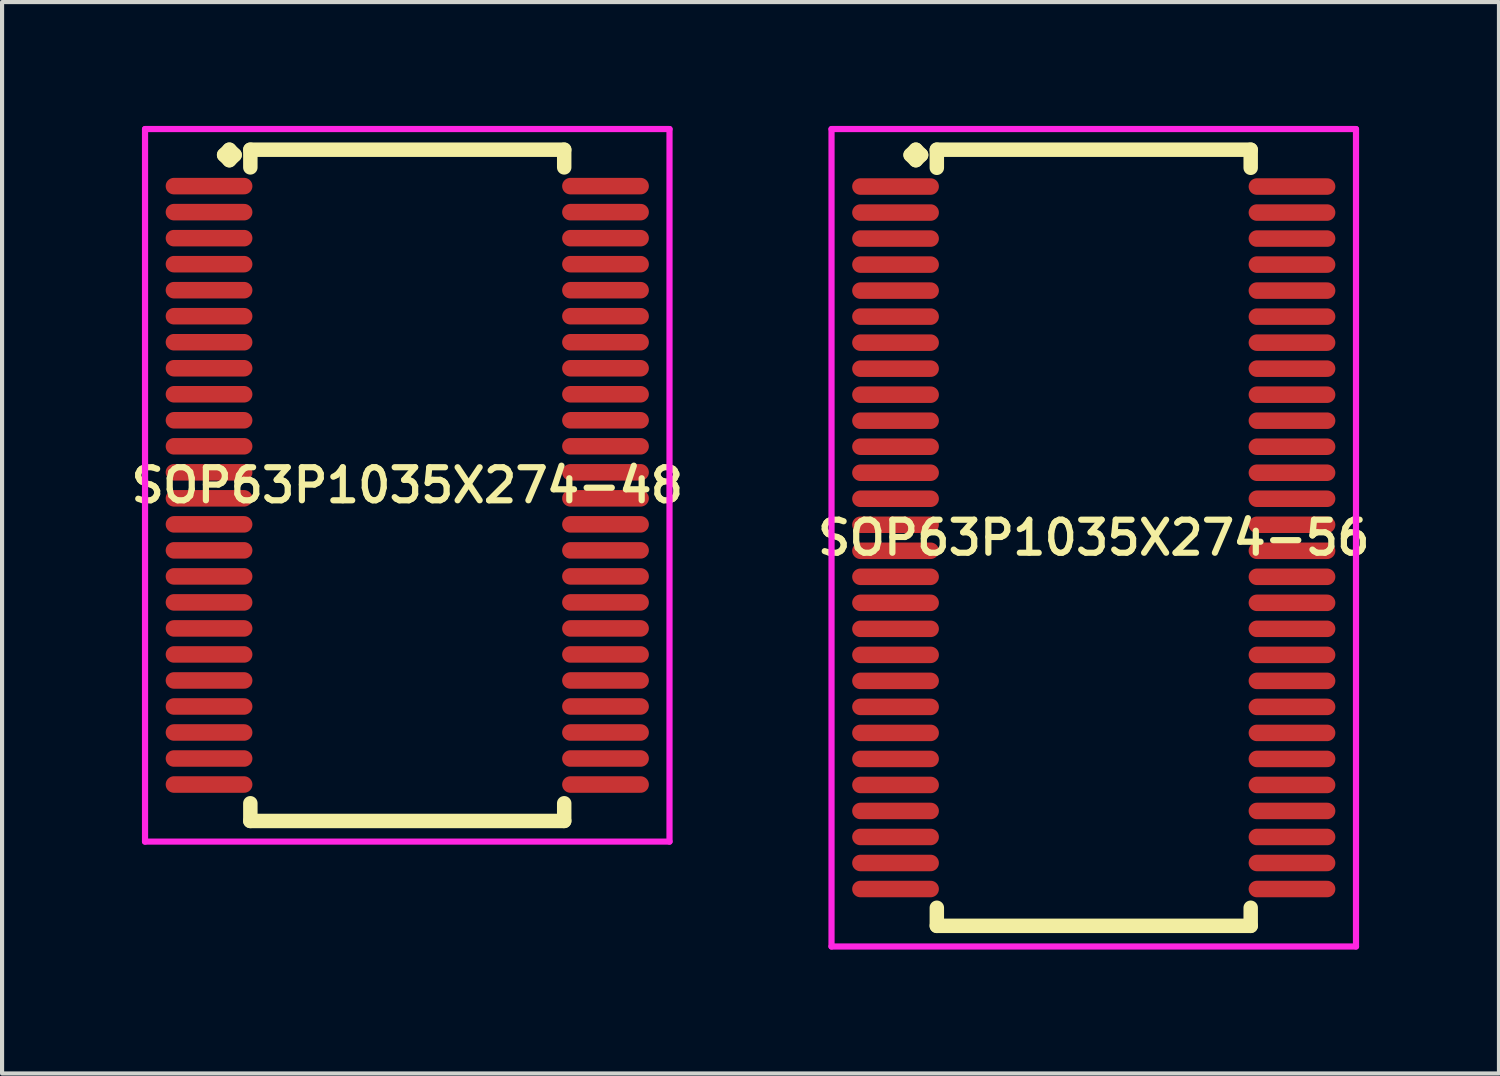
<source format=kicad_pcb>
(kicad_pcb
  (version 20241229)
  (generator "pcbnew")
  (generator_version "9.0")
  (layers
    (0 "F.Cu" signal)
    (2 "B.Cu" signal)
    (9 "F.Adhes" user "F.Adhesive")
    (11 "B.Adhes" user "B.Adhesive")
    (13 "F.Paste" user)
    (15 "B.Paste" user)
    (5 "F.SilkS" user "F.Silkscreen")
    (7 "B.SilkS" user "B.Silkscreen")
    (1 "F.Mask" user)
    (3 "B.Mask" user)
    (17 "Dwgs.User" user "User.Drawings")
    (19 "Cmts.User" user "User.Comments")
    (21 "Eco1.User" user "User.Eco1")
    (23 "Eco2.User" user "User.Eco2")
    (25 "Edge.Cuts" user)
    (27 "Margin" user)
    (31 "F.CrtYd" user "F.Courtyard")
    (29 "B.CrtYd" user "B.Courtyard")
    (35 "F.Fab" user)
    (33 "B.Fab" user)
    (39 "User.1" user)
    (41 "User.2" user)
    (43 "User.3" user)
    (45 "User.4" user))
  (footprint "SOP63P1035X274-48"
    (layer "F.Cu")
    (at 6.812 8.702)
    (property "Reference" "SOP63P1035X274-48" (at 0 0 0) (layer "F.SilkS") (effects (font (size 0.8 0.8) (thickness 0.15))))
    (attr through_hole)
    (fp_line (start -4.435 -8) (end -4.308 -8.127) (stroke (width 0.35) (type solid)) (layer "F.SilkS"))
    (fp_line (start -4.308 -8.127) (end -4.181 -8) (stroke (width 0.35) (type solid)) (layer "F.SilkS"))
    (fp_line (start -4.308 -7.873) (end -4.435 -8) (stroke (width 0.35) (type solid)) (layer "F.SilkS"))
    (fp_line (start -4.181 -8) (end -4.308 -7.873) (stroke (width 0.35) (type solid)) (layer "F.SilkS"))
    (fp_line (start -3.8 -8.127) (end 3.8 -8.127) (stroke (width 0.35) (type solid)) (layer "F.SilkS"))
    (fp_line (start -3.8 -7.699) (end -3.8 -8.127) (stroke (width 0.35) (type solid)) (layer "F.SilkS"))
    (fp_line (start -3.8 7.699) (end -3.8 8.127) (stroke (width 0.35) (type solid)) (layer "F.SilkS"))
    (fp_line (start -3.8 8.127) (end 3.8 8.127) (stroke (width 0.35) (type solid)) (layer "F.SilkS"))
    (fp_line (start 3.8 -8.127) (end 3.8 -7.699) (stroke (width 0.35) (type solid)) (layer "F.SilkS"))
    (fp_line (start 3.8 8.127) (end 3.8 7.699) (stroke (width 0.35) (type solid)) (layer "F.SilkS"))
    (fp_line (start -6.35 -8.627) (end 6.35 -8.627) (stroke (width 0.15) (type solid)) (layer "F.CrtYd"))
    (fp_line (start -6.35 8.627) (end -6.35 -8.627) (stroke (width 0.15) (type solid)) (layer "F.CrtYd"))
    (fp_line (start 6.35 -8.627) (end 6.35 8.627) (stroke (width 0.15) (type solid)) (layer "F.CrtYd"))
    (fp_line (start 6.35 8.627) (end -6.35 8.627) (stroke (width 0.15) (type solid)) (layer "F.CrtYd"))
    (pad "1" smd oval (at -4.8 -7.245) (size 2.1 0.4) (layers "F.Cu" "F.Mask" "F.Paste"))
    (pad "2" smd oval (at -4.8 -6.615) (size 2.1 0.4) (layers "F.Cu" "F.Mask" "F.Paste"))
    (pad "3" smd oval (at -4.8 -5.985) (size 2.1 0.4) (layers "F.Cu" "F.Mask" "F.Paste"))
    (pad "4" smd oval (at -4.8 -5.355) (size 2.1 0.4) (layers "F.Cu" "F.Mask" "F.Paste"))
    (pad "5" smd oval (at -4.8 -4.725) (size 2.1 0.4) (layers "F.Cu" "F.Mask" "F.Paste"))
    (pad "6" smd oval (at -4.8 -4.095) (size 2.1 0.4) (layers "F.Cu" "F.Mask" "F.Paste"))
    (pad "7" smd oval (at -4.8 -3.465) (size 2.1 0.4) (layers "F.Cu" "F.Mask" "F.Paste"))
    (pad "8" smd oval (at -4.8 -2.835) (size 2.1 0.4) (layers "F.Cu" "F.Mask" "F.Paste"))
    (pad "9" smd oval (at -4.8 -2.205) (size 2.1 0.4) (layers "F.Cu" "F.Mask" "F.Paste"))
    (pad "10" smd oval (at -4.8 -1.575) (size 2.1 0.4) (layers "F.Cu" "F.Mask" "F.Paste"))
    (pad "11" smd oval (at -4.8 -0.945) (size 2.1 0.4) (layers "F.Cu" "F.Mask" "F.Paste"))
    (pad "12" smd oval (at -4.8 -0.315) (size 2.1 0.4) (layers "F.Cu" "F.Mask" "F.Paste"))
    (pad "13" smd oval (at -4.8 0.315) (size 2.1 0.4) (layers "F.Cu" "F.Mask" "F.Paste"))
    (pad "14" smd oval (at -4.8 0.945) (size 2.1 0.4) (layers "F.Cu" "F.Mask" "F.Paste"))
    (pad "15" smd oval (at -4.8 1.575) (size 2.1 0.4) (layers "F.Cu" "F.Mask" "F.Paste"))
    (pad "16" smd oval (at -4.8 2.205) (size 2.1 0.4) (layers "F.Cu" "F.Mask" "F.Paste"))
    (pad "17" smd oval (at -4.8 2.835) (size 2.1 0.4) (layers "F.Cu" "F.Mask" "F.Paste"))
    (pad "18" smd oval (at -4.8 3.465) (size 2.1 0.4) (layers "F.Cu" "F.Mask" "F.Paste"))
    (pad "19" smd oval (at -4.8 4.095) (size 2.1 0.4) (layers "F.Cu" "F.Mask" "F.Paste"))
    (pad "20" smd oval (at -4.8 4.725) (size 2.1 0.4) (layers "F.Cu" "F.Mask" "F.Paste"))
    (pad "21" smd oval (at -4.8 5.355) (size 2.1 0.4) (layers "F.Cu" "F.Mask" "F.Paste"))
    (pad "22" smd oval (at -4.8 5.985) (size 2.1 0.4) (layers "F.Cu" "F.Mask" "F.Paste"))
    (pad "23" smd oval (at -4.8 6.615) (size 2.1 0.4) (layers "F.Cu" "F.Mask" "F.Paste"))
    (pad "24" smd oval (at -4.8 7.245) (size 2.1 0.4) (layers "F.Cu" "F.Mask" "F.Paste"))
    (pad "25" smd oval (at 4.8 7.245) (size 2.1 0.4) (layers "F.Cu" "F.Mask" "F.Paste"))
    (pad "26" smd oval (at 4.8 6.615) (size 2.1 0.4) (layers "F.Cu" "F.Mask" "F.Paste"))
    (pad "27" smd oval (at 4.8 5.985) (size 2.1 0.4) (layers "F.Cu" "F.Mask" "F.Paste"))
    (pad "28" smd oval (at 4.8 5.355) (size 2.1 0.4) (layers "F.Cu" "F.Mask" "F.Paste"))
    (pad "29" smd oval (at 4.8 4.725) (size 2.1 0.4) (layers "F.Cu" "F.Mask" "F.Paste"))
    (pad "30" smd oval (at 4.8 4.095) (size 2.1 0.4) (layers "F.Cu" "F.Mask" "F.Paste"))
    (pad "31" smd oval (at 4.8 3.465) (size 2.1 0.4) (layers "F.Cu" "F.Mask" "F.Paste"))
    (pad "32" smd oval (at 4.8 2.835) (size 2.1 0.4) (layers "F.Cu" "F.Mask" "F.Paste"))
    (pad "33" smd oval (at 4.8 2.205) (size 2.1 0.4) (layers "F.Cu" "F.Mask" "F.Paste"))
    (pad "34" smd oval (at 4.8 1.575) (size 2.1 0.4) (layers "F.Cu" "F.Mask" "F.Paste"))
    (pad "35" smd oval (at 4.8 0.945) (size 2.1 0.4) (layers "F.Cu" "F.Mask" "F.Paste"))
    (pad "36" smd oval (at 4.8 0.315) (size 2.1 0.4) (layers "F.Cu" "F.Mask" "F.Paste"))
    (pad "37" smd oval (at 4.8 -0.315) (size 2.1 0.4) (layers "F.Cu" "F.Mask" "F.Paste"))
    (pad "38" smd oval (at 4.8 -0.945) (size 2.1 0.4) (layers "F.Cu" "F.Mask" "F.Paste"))
    (pad "39" smd oval (at 4.8 -1.575) (size 2.1 0.4) (layers "F.Cu" "F.Mask" "F.Paste"))
    (pad "40" smd oval (at 4.8 -2.205) (size 2.1 0.4) (layers "F.Cu" "F.Mask" "F.Paste"))
    (pad "41" smd oval (at 4.8 -2.835) (size 2.1 0.4) (layers "F.Cu" "F.Mask" "F.Paste"))
    (pad "42" smd oval (at 4.8 -3.465) (size 2.1 0.4) (layers "F.Cu" "F.Mask" "F.Paste"))
    (pad "43" smd oval (at 4.8 -4.095) (size 2.1 0.4) (layers "F.Cu" "F.Mask" "F.Paste"))
    (pad "44" smd oval (at 4.8 -4.725) (size 2.1 0.4) (layers "F.Cu" "F.Mask" "F.Paste"))
    (pad "45" smd oval (at 4.8 -5.355) (size 2.1 0.4) (layers "F.Cu" "F.Mask" "F.Paste"))
    (pad "46" smd oval (at 4.8 -5.985) (size 2.1 0.4) (layers "F.Cu" "F.Mask" "F.Paste"))
    (pad "47" smd oval (at 4.8 -6.615) (size 2.1 0.4) (layers "F.Cu" "F.Mask" "F.Paste"))
    (pad "48" smd oval (at 4.8 -7.245) (size 2.1 0.4) (layers "F.Cu" "F.Mask" "F.Paste")))
  (footprint "SOP63P1035X274-56"
    (layer "F.Cu")
    (at 23.435 9.972)
    (property "Reference" "SOP63P1035X274-56" (at 0 0 0) (layer "F.SilkS") (effects (font (size 0.8 0.8) (thickness 0.15))))
    (attr smd)
    (fp_line (start -4.435 -9.27) (end -4.308 -9.397) (stroke (width 0.35) (type solid)) (layer "F.SilkS"))
    (fp_line (start -4.308 -9.397) (end -4.181 -9.27) (stroke (width 0.35) (type solid)) (layer "F.SilkS"))
    (fp_line (start -4.308 -9.143) (end -4.435 -9.27) (stroke (width 0.35) (type solid)) (layer "F.SilkS"))
    (fp_line (start -4.181 -9.27) (end -4.308 -9.143) (stroke (width 0.35) (type solid)) (layer "F.SilkS"))
    (fp_line (start -3.8 -9.397) (end 3.8 -9.397) (stroke (width 0.35) (type solid)) (layer "F.SilkS"))
    (fp_line (start -3.8 -8.959) (end -3.8 -9.397) (stroke (width 0.35) (type solid)) (layer "F.SilkS"))
    (fp_line (start -3.8 8.959) (end -3.8 9.397) (stroke (width 0.35) (type solid)) (layer "F.SilkS"))
    (fp_line (start -3.8 9.397) (end 3.8 9.397) (stroke (width 0.35) (type solid)) (layer "F.SilkS"))
    (fp_line (start 3.8 -9.397) (end 3.8 -8.959) (stroke (width 0.35) (type solid)) (layer "F.SilkS"))
    (fp_line (start 3.8 9.397) (end 3.8 8.959) (stroke (width 0.35) (type solid)) (layer "F.SilkS"))
    (fp_line (start -6.35 -9.897) (end 6.35 -9.897) (stroke (width 0.15) (type solid)) (layer "F.CrtYd"))
    (fp_line (start -6.35 9.897) (end -6.35 -9.897) (stroke (width 0.15) (type solid)) (layer "F.CrtYd"))
    (fp_line (start 6.35 -9.897) (end 6.35 9.897) (stroke (width 0.15) (type solid)) (layer "F.CrtYd"))
    (fp_line (start 6.35 9.897) (end -6.35 9.897) (stroke (width 0.15) (type solid)) (layer "F.CrtYd"))
    (pad "1" smd oval (at -4.8 -8.505) (size 2.1 0.4) (layers "F.Cu" "F.Mask" "F.Paste"))
    (pad "2" smd oval (at -4.8 -7.875) (size 2.1 0.4) (layers "F.Cu" "F.Mask" "F.Paste"))
    (pad "3" smd oval (at -4.8 -7.245) (size 2.1 0.4) (layers "F.Cu" "F.Mask" "F.Paste"))
    (pad "4" smd oval (at -4.8 -6.615) (size 2.1 0.4) (layers "F.Cu" "F.Mask" "F.Paste"))
    (pad "5" smd oval (at -4.8 -5.985) (size 2.1 0.4) (layers "F.Cu" "F.Mask" "F.Paste"))
    (pad "6" smd oval (at -4.8 -5.355) (size 2.1 0.4) (layers "F.Cu" "F.Mask" "F.Paste"))
    (pad "7" smd oval (at -4.8 -4.725) (size 2.1 0.4) (layers "F.Cu" "F.Mask" "F.Paste"))
    (pad "8" smd oval (at -4.8 -4.095) (size 2.1 0.4) (layers "F.Cu" "F.Mask" "F.Paste"))
    (pad "9" smd oval (at -4.8 -3.465) (size 2.1 0.4) (layers "F.Cu" "F.Mask" "F.Paste"))
    (pad "10" smd oval (at -4.8 -2.835) (size 2.1 0.4) (layers "F.Cu" "F.Mask" "F.Paste"))
    (pad "11" smd oval (at -4.8 -2.205) (size 2.1 0.4) (layers "F.Cu" "F.Mask" "F.Paste"))
    (pad "12" smd oval (at -4.8 -1.575) (size 2.1 0.4) (layers "F.Cu" "F.Mask" "F.Paste"))
    (pad "13" smd oval (at -4.8 -0.945) (size 2.1 0.4) (layers "F.Cu" "F.Mask" "F.Paste"))
    (pad "14" smd oval (at -4.8 -0.315) (size 2.1 0.4) (layers "F.Cu" "F.Mask" "F.Paste"))
    (pad "15" smd oval (at -4.8 0.315) (size 2.1 0.4) (layers "F.Cu" "F.Mask" "F.Paste"))
    (pad "16" smd oval (at -4.8 0.945) (size 2.1 0.4) (layers "F.Cu" "F.Mask" "F.Paste"))
    (pad "17" smd oval (at -4.8 1.575) (size 2.1 0.4) (layers "F.Cu" "F.Mask" "F.Paste"))
    (pad "18" smd oval (at -4.8 2.205) (size 2.1 0.4) (layers "F.Cu" "F.Mask" "F.Paste"))
    (pad "19" smd oval (at -4.8 2.835) (size 2.1 0.4) (layers "F.Cu" "F.Mask" "F.Paste"))
    (pad "20" smd oval (at -4.8 3.465) (size 2.1 0.4) (layers "F.Cu" "F.Mask" "F.Paste"))
    (pad "21" smd oval (at -4.8 4.095) (size 2.1 0.4) (layers "F.Cu" "F.Mask" "F.Paste"))
    (pad "22" smd oval (at -4.8 4.725) (size 2.1 0.4) (layers "F.Cu" "F.Mask" "F.Paste"))
    (pad "23" smd oval (at -4.8 5.355) (size 2.1 0.4) (layers "F.Cu" "F.Mask" "F.Paste"))
    (pad "24" smd oval (at -4.8 5.985) (size 2.1 0.4) (layers "F.Cu" "F.Mask" "F.Paste"))
    (pad "25" smd oval (at -4.8 6.615) (size 2.1 0.4) (layers "F.Cu" "F.Mask" "F.Paste"))
    (pad "26" smd oval (at -4.8 7.245) (size 2.1 0.4) (layers "F.Cu" "F.Mask" "F.Paste"))
    (pad "27" smd oval (at -4.8 7.875) (size 2.1 0.4) (layers "F.Cu" "F.Mask" "F.Paste"))
    (pad "28" smd oval (at -4.8 8.505) (size 2.1 0.4) (layers "F.Cu" "F.Mask" "F.Paste"))
    (pad "29" smd oval (at 4.8 8.505) (size 2.1 0.4) (layers "F.Cu" "F.Mask" "F.Paste"))
    (pad "30" smd oval (at 4.8 7.875) (size 2.1 0.4) (layers "F.Cu" "F.Mask" "F.Paste"))
    (pad "31" smd oval (at 4.8 7.245) (size 2.1 0.4) (layers "F.Cu" "F.Mask" "F.Paste"))
    (pad "32" smd oval (at 4.8 6.615) (size 2.1 0.4) (layers "F.Cu" "F.Mask" "F.Paste"))
    (pad "33" smd oval (at 4.8 5.985) (size 2.1 0.4) (layers "F.Cu" "F.Mask" "F.Paste"))
    (pad "34" smd oval (at 4.8 5.355) (size 2.1 0.4) (layers "F.Cu" "F.Mask" "F.Paste"))
    (pad "35" smd oval (at 4.8 4.725) (size 2.1 0.4) (layers "F.Cu" "F.Mask" "F.Paste"))
    (pad "36" smd oval (at 4.8 4.095) (size 2.1 0.4) (layers "F.Cu" "F.Mask" "F.Paste"))
    (pad "37" smd oval (at 4.8 3.465) (size 2.1 0.4) (layers "F.Cu" "F.Mask" "F.Paste"))
    (pad "38" smd oval (at 4.8 2.835) (size 2.1 0.4) (layers "F.Cu" "F.Mask" "F.Paste"))
    (pad "39" smd oval (at 4.8 2.205) (size 2.1 0.4) (layers "F.Cu" "F.Mask" "F.Paste"))
    (pad "40" smd oval (at 4.8 1.575) (size 2.1 0.4) (layers "F.Cu" "F.Mask" "F.Paste"))
    (pad "41" smd oval (at 4.8 0.945) (size 2.1 0.4) (layers "F.Cu" "F.Mask" "F.Paste"))
    (pad "42" smd oval (at 4.8 0.315) (size 2.1 0.4) (layers "F.Cu" "F.Mask" "F.Paste"))
    (pad "43" smd oval (at 4.8 -0.315) (size 2.1 0.4) (layers "F.Cu" "F.Mask" "F.Paste"))
    (pad "44" smd oval (at 4.8 -0.945) (size 2.1 0.4) (layers "F.Cu" "F.Mask" "F.Paste"))
    (pad "45" smd oval (at 4.8 -1.575) (size 2.1 0.4) (layers "F.Cu" "F.Mask" "F.Paste"))
    (pad "46" smd oval (at 4.8 -2.205) (size 2.1 0.4) (layers "F.Cu" "F.Mask" "F.Paste"))
    (pad "47" smd oval (at 4.8 -2.835) (size 2.1 0.4) (layers "F.Cu" "F.Mask" "F.Paste"))
    (pad "48" smd oval (at 4.8 -3.465) (size 2.1 0.4) (layers "F.Cu" "F.Mask" "F.Paste"))
    (pad "49" smd oval (at 4.8 -4.095) (size 2.1 0.4) (layers "F.Cu" "F.Mask" "F.Paste"))
    (pad "50" smd oval (at 4.8 -4.725) (size 2.1 0.4) (layers "F.Cu" "F.Mask" "F.Paste"))
    (pad "51" smd oval (at 4.8 -5.355) (size 2.1 0.4) (layers "F.Cu" "F.Mask" "F.Paste"))
    (pad "52" smd oval (at 4.8 -5.985) (size 2.1 0.4) (layers "F.Cu" "F.Mask" "F.Paste"))
    (pad "53" smd oval (at 4.8 -6.615) (size 2.1 0.4) (layers "F.Cu" "F.Mask" "F.Paste"))
    (pad "54" smd oval (at 4.8 -7.245) (size 2.1 0.4) (layers "F.Cu" "F.Mask" "F.Paste"))
    (pad "55" smd oval (at 4.8 -7.875) (size 2.1 0.4) (layers "F.Cu" "F.Mask" "F.Paste"))
    (pad "56" smd oval (at 4.8 -8.505) (size 2.1 0.4) (layers "F.Cu" "F.Mask" "F.Paste")))
  (gr_rect
    (start -3 -3)
    (end 33.247 22.944)
    (stroke (width 0.1) (type default))
    (fill no)
    (layer "Edge.Cuts")))
</source>
